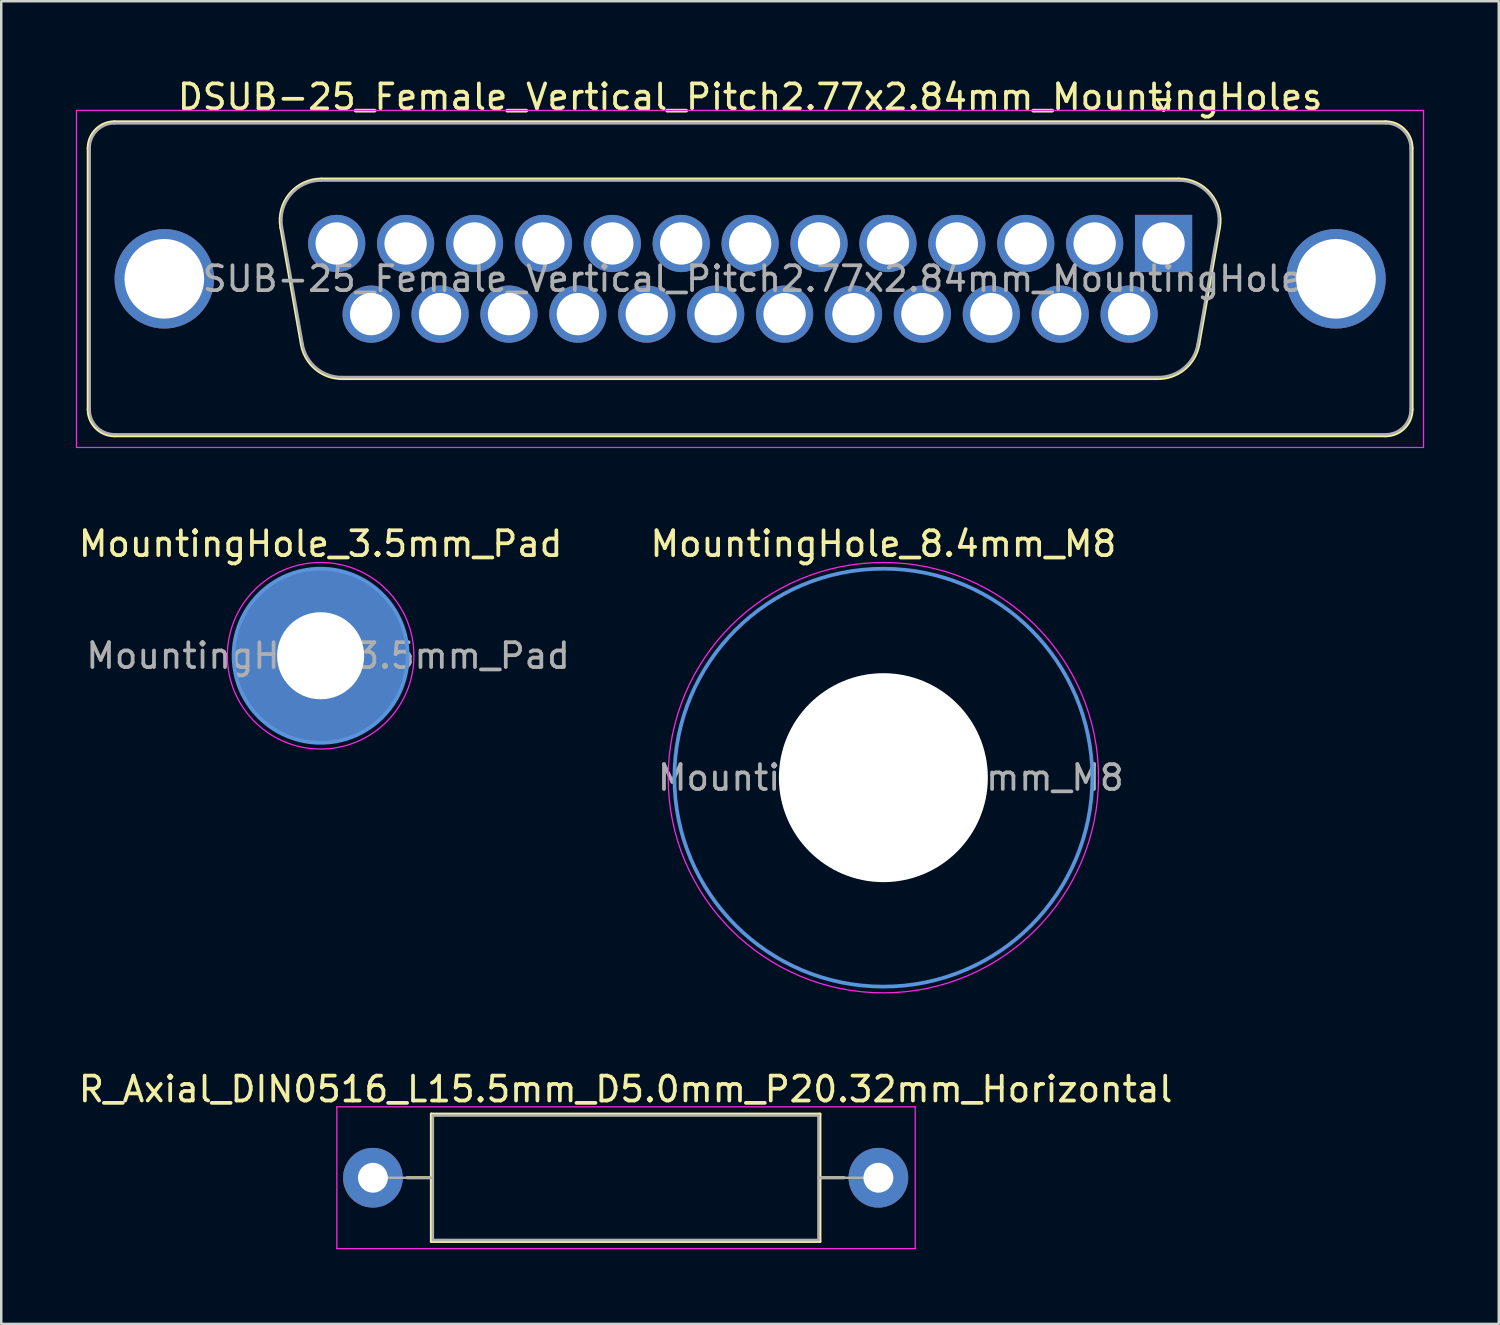
<source format=kicad_pcb>
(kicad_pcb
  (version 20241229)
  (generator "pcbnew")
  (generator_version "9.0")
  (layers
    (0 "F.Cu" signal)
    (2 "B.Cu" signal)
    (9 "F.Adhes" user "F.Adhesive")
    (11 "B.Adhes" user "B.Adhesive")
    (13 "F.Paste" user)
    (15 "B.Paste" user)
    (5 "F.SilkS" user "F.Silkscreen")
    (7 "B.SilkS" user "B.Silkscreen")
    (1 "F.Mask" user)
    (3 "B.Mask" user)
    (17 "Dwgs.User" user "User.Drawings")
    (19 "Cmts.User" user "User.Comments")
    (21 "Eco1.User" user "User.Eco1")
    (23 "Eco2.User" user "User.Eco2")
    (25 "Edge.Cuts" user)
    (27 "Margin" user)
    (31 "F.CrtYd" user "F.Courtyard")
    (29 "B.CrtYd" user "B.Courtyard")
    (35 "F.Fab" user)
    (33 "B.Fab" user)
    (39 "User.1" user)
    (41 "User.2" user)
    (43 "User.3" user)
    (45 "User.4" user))
  (footprint "MountingHole_8.4mm_M8"
    (layer "F.Cu")
    (at 32.461 28.212)
    (property "Reference" "MountingHole_8.4mm_M8" (at 0 -9.4 0) (layer "F.SilkS") (effects (font (size 1 1) (thickness 0.15))))
    (attr exclude_from_pos_files exclude_from_bom)
    (fp_circle (center 0 0) (end 8.4 0) (stroke (width 0.15) (type solid)) (fill no) (layer "Cmts.User"))
    (fp_circle (center 0 0) (end 8.65 0) (stroke (width 0.05) (type solid)) (fill no) (layer "F.CrtYd"))
    (fp_text user "${REFERENCE}" (at 0.3 0 0) (layer "F.Fab") (effects (font (size 1 1) (thickness 0.15))))
    (pad "" np_thru_hole circle (at 0 0) (size 8.4 8.4) (drill 8.4) (layers "*.Cu" "*.Mask")))
  (footprint "R_Axial_DIN0516_L15.5mm_D5.0mm_P20.32mm_Horizontal"
    (layer "F.Cu")
    (at 11.941 44.295)
    (property "Reference" "R_Axial_DIN0516_L15.5mm_D5.0mm_P20.32mm_Horizontal" (at 10.16 -3.56 0) (layer "F.SilkS") (effects (font (size 1 1) (thickness 0.15))))
    (attr through_hole)
    (fp_line (start 1.38 0) (end 2.35 0) (stroke (width 0.12) (type solid)) (layer "F.SilkS"))
    (fp_line (start 2.35 -2.56) (end 2.35 2.56) (stroke (width 0.12) (type solid)) (layer "F.SilkS"))
    (fp_line (start 2.35 2.56) (end 17.97 2.56) (stroke (width 0.12) (type solid)) (layer "F.SilkS"))
    (fp_line (start 17.97 -2.56) (end 2.35 -2.56) (stroke (width 0.12) (type solid)) (layer "F.SilkS"))
    (fp_line (start 17.97 2.56) (end 17.97 -2.56) (stroke (width 0.12) (type solid)) (layer "F.SilkS"))
    (fp_line (start 18.94 0) (end 17.97 0) (stroke (width 0.12) (type solid)) (layer "F.SilkS"))
    (fp_line (start -1.45 -2.85) (end -1.45 2.85) (stroke (width 0.05) (type solid)) (layer "F.CrtYd"))
    (fp_line (start -1.45 2.85) (end 21.8 2.85) (stroke (width 0.05) (type solid)) (layer "F.CrtYd"))
    (fp_line (start 21.8 -2.85) (end -1.45 -2.85) (stroke (width 0.05) (type solid)) (layer "F.CrtYd"))
    (fp_line (start 21.8 2.85) (end 21.8 -2.85) (stroke (width 0.05) (type solid)) (layer "F.CrtYd"))
    (fp_line (start 0 0) (end 2.41 0) (stroke (width 0.1) (type solid)) (layer "F.Fab"))
    (fp_line (start 2.41 -2.5) (end 2.41 2.5) (stroke (width 0.1) (type solid)) (layer "F.Fab"))
    (fp_line (start 2.41 2.5) (end 17.91 2.5) (stroke (width 0.1) (type solid)) (layer "F.Fab"))
    (fp_line (start 17.91 -2.5) (end 2.41 -2.5) (stroke (width 0.1) (type solid)) (layer "F.Fab"))
    (fp_line (start 17.91 2.5) (end 17.91 -2.5) (stroke (width 0.1) (type solid)) (layer "F.Fab"))
    (fp_line (start 20.32 0) (end 17.91 0) (stroke (width 0.1) (type solid)) (layer "F.Fab"))
    (pad "1" thru_hole circle (at 0 0) (size 2.4 2.4) (drill 1.2) (layers "*.Cu" "*.Mask"))
    (pad "2" thru_hole oval (at 20.32 0) (size 2.4 2.4) (drill 1.2) (layers "*.Cu" "*.Mask")))
  (footprint "MountingHole_3.5mm_Pad"
    (layer "F.Cu")
    (at 9.839 23.311)
    (property "Reference" "MountingHole_3.5mm_Pad" (at 0 -4.5 0) (layer "F.SilkS") (effects (font (size 1 1) (thickness 0.15))))
    (attr exclude_from_pos_files exclude_from_bom)
    (fp_circle (center 0 0) (end 3.5 0) (stroke (width 0.15) (type solid)) (fill no) (layer "Cmts.User"))
    (fp_circle (center 0 0) (end 3.75 0) (stroke (width 0.05) (type solid)) (fill no) (layer "F.CrtYd"))
    (fp_text user "${REFERENCE}" (at 0.3 0 0) (layer "F.Fab") (effects (font (size 1 1) (thickness 0.15))))
    (pad "1" thru_hole circle (at 0 0) (size 7 7) (drill 3.5) (layers "*.Cu" "*.Mask")))
  (footprint "DSUB-25_Female_Vertical_Pitch2.77x2.84mm_MountingHoles"
    (layer "F.Cu")
    (at 43.725 6.738)
    (property "Reference" "DSUB-25_Female_Vertical_Pitch2.77x2.84mm_MountingHoles" (at -16.62 -5.89 0) (layer "F.SilkS") (effects (font (size 1 1) (thickness 0.15))))
    (attr through_hole)
    (fp_line (start -43.23 6.67) (end -43.23 -3.83) (stroke (width 0.12) (type solid)) (layer "F.SilkS"))
    (fp_line (start -42.17 -4.89) (end 8.93 -4.89) (stroke (width 0.12) (type solid)) (layer "F.SilkS"))
    (fp_line (start -35.486 -0.642) (end -34.658 4.058) (stroke (width 0.12) (type solid)) (layer "F.SilkS"))
    (fp_line (start -33.852 -2.59) (end 0.612 -2.59) (stroke (width 0.12) (type solid)) (layer "F.SilkS"))
    (fp_line (start -33.023 5.43) (end -0.217 5.43) (stroke (width 0.12) (type solid)) (layer "F.SilkS"))
    (fp_line (start -0.25 -5.784) (end 0.25 -5.784) (stroke (width 0.12) (type solid)) (layer "F.SilkS"))
    (fp_line (start 0 -5.351) (end -0.25 -5.784) (stroke (width 0.12) (type solid)) (layer "F.SilkS"))
    (fp_line (start 0.25 -5.784) (end 0 -5.351) (stroke (width 0.12) (type solid)) (layer "F.SilkS"))
    (fp_line (start 2.246 -0.642) (end 1.418 4.058) (stroke (width 0.12) (type solid)) (layer "F.SilkS"))
    (fp_line (start 8.93 7.73) (end -42.17 7.73) (stroke (width 0.12) (type solid)) (layer "F.SilkS"))
    (fp_line (start 9.99 -3.83) (end 9.99 6.67) (stroke (width 0.12) (type solid)) (layer "F.SilkS"))
    (fp_arc (start -43.23 -3.83) (mid -42.919533 -4.579533) (end -42.17 -4.89) (stroke (width 0.12) (type solid)) (layer "F.SilkS"))
    (fp_arc (start -42.17 7.73) (mid -42.919533 7.419533) (end -43.23 6.67) (stroke (width 0.12) (type solid)) (layer "F.SilkS"))
    (fp_arc (start -35.48647 -0.641744) (mid -35.123323 -1.997028) (end -33.851689 -2.59) (stroke (width 0.12) (type solid)) (layer "F.SilkS"))
    (fp_arc (start -33.022952 5.43) (mid -34.089979 5.041634) (end -34.657733 4.058256) (stroke (width 0.12) (type solid)) (layer "F.SilkS"))
    (fp_arc (start 0.611689 -2.59) (mid 1.883323 -1.997027) (end 2.24647 -0.641744) (stroke (width 0.12) (type solid)) (layer "F.SilkS"))
    (fp_arc (start 1.417733 4.058256) (mid 0.84998 5.041634) (end -0.217048 5.43) (stroke (width 0.12) (type solid)) (layer "F.SilkS"))
    (fp_arc (start 8.93 -4.89) (mid 9.679533 -4.579533) (end 9.99 -3.83) (stroke (width 0.12) (type solid)) (layer "F.SilkS"))
    (fp_arc (start 9.99 6.67) (mid 9.679533 7.419533) (end 8.93 7.73) (stroke (width 0.12) (type solid)) (layer "F.SilkS"))
    (fp_line (start -43.7 -5.35) (end -43.7 8.2) (stroke (width 0.05) (type solid)) (layer "F.CrtYd"))
    (fp_line (start -43.7 8.2) (end 10.45 8.2) (stroke (width 0.05) (type solid)) (layer "F.CrtYd"))
    (fp_line (start 10.45 -5.35) (end -43.7 -5.35) (stroke (width 0.05) (type solid)) (layer "F.CrtYd"))
    (fp_line (start 10.45 8.2) (end 10.45 -5.35) (stroke (width 0.05) (type solid)) (layer "F.CrtYd"))
    (fp_line (start -43.17 6.67) (end -43.17 -3.83) (stroke (width 0.1) (type solid)) (layer "F.Fab"))
    (fp_line (start -42.17 -4.83) (end 8.93 -4.83) (stroke (width 0.1) (type solid)) (layer "F.Fab"))
    (fp_line (start -35.439 -0.652) (end -34.61 4.048) (stroke (width 0.1) (type solid)) (layer "F.Fab"))
    (fp_line (start -33.863 -2.53) (end 0.623 -2.53) (stroke (width 0.1) (type solid)) (layer "F.Fab"))
    (fp_line (start -33.034 5.37) (end -0.206 5.37) (stroke (width 0.1) (type solid)) (layer "F.Fab"))
    (fp_line (start 2.199 -0.652) (end 1.37 4.048) (stroke (width 0.1) (type solid)) (layer "F.Fab"))
    (fp_line (start 8.93 7.67) (end -42.17 7.67) (stroke (width 0.1) (type solid)) (layer "F.Fab"))
    (fp_line (start 9.93 -3.83) (end 9.93 6.67) (stroke (width 0.1) (type solid)) (layer "F.Fab"))
    (fp_arc (start -43.17 -3.83) (mid -42.877107 -4.537107) (end -42.17 -4.83) (stroke (width 0.1) (type solid)) (layer "F.Fab"))
    (fp_arc (start -42.17 7.67) (mid -42.877107 7.377107) (end -43.17 6.67) (stroke (width 0.1) (type solid)) (layer "F.Fab"))
    (fp_arc (start -35.438886 -0.652163) (mid -35.088865 -1.95846) (end -33.863194 -2.53) (stroke (width 0.1) (type solid)) (layer "F.Fab"))
    (fp_arc (start -33.034457 5.37) (mid -34.062917 4.995671) (end -34.610149 4.047837) (stroke (width 0.1) (type solid)) (layer "F.Fab"))
    (fp_arc (start 0.623194 -2.53) (mid 1.848865 -1.95846) (end 2.198886 -0.652163) (stroke (width 0.1) (type solid)) (layer "F.Fab"))
    (fp_arc (start 1.370149 4.047837) (mid 0.822917 4.995671) (end -0.205543 5.37) (stroke (width 0.1) (type solid)) (layer "F.Fab"))
    (fp_arc (start 8.93 -4.83) (mid 9.637107 -4.537107) (end 9.93 -3.83) (stroke (width 0.1) (type solid)) (layer "F.Fab"))
    (fp_arc (start 9.93 6.67) (mid 9.637107 7.377107) (end 8.93 7.67) (stroke (width 0.1) (type solid)) (layer "F.Fab"))
    (fp_text user "${REFERENCE}" (at -16.62 1.42 0) (layer "F.Fab") (effects (font (size 1 1) (thickness 0.15))))
    (pad "0" thru_hole circle (at -40.17 1.42) (size 4 4) (drill 3.2) (layers "*.Cu" "*.Mask"))
    (pad "0" thru_hole circle (at 6.93 1.42) (size 4 4) (drill 3.2) (layers "*.Cu" "*.Mask"))
    (pad "1" thru_hole rect (at 0 0) (size 2.3 2.3) (drill 1.7) (layers "*.Cu" "*.Mask"))
    (pad "2" thru_hole circle (at -2.77 0) (size 2.3 2.3) (drill 1.7) (layers "*.Cu" "*.Mask"))
    (pad "3" thru_hole circle (at -5.54 0) (size 2.3 2.3) (drill 1.7) (layers "*.Cu" "*.Mask"))
    (pad "4" thru_hole circle (at -8.31 0) (size 2.3 2.3) (drill 1.7) (layers "*.Cu" "*.Mask"))
    (pad "5" thru_hole circle (at -11.08 0) (size 2.3 2.3) (drill 1.7) (layers "*.Cu" "*.Mask"))
    (pad "6" thru_hole circle (at -13.85 0) (size 2.3 2.3) (drill 1.7) (layers "*.Cu" "*.Mask"))
    (pad "7" thru_hole circle (at -16.62 0) (size 2.3 2.3) (drill 1.7) (layers "*.Cu" "*.Mask"))
    (pad "8" thru_hole circle (at -19.39 0) (size 2.3 2.3) (drill 1.7) (layers "*.Cu" "*.Mask"))
    (pad "9" thru_hole circle (at -22.16 0) (size 2.3 2.3) (drill 1.7) (layers "*.Cu" "*.Mask"))
    (pad "10" thru_hole circle (at -24.93 0) (size 2.3 2.3) (drill 1.7) (layers "*.Cu" "*.Mask"))
    (pad "11" thru_hole circle (at -27.7 0) (size 2.3 2.3) (drill 1.7) (layers "*.Cu" "*.Mask"))
    (pad "12" thru_hole circle (at -30.47 0) (size 2.3 2.3) (drill 1.7) (layers "*.Cu" "*.Mask"))
    (pad "13" thru_hole circle (at -33.24 0) (size 2.3 2.3) (drill 1.7) (layers "*.Cu" "*.Mask"))
    (pad "14" thru_hole circle (at -1.385 2.84) (size 2.3 2.3) (drill 1.7) (layers "*.Cu" "*.Mask"))
    (pad "15" thru_hole circle (at -4.155 2.84) (size 2.3 2.3) (drill 1.7) (layers "*.Cu" "*.Mask"))
    (pad "16" thru_hole circle (at -6.925 2.84) (size 2.3 2.3) (drill 1.7) (layers "*.Cu" "*.Mask"))
    (pad "17" thru_hole circle (at -9.695 2.84) (size 2.3 2.3) (drill 1.7) (layers "*.Cu" "*.Mask"))
    (pad "18" thru_hole circle (at -12.465 2.84) (size 2.3 2.3) (drill 1.7) (layers "*.Cu" "*.Mask"))
    (pad "19" thru_hole circle (at -15.235 2.84) (size 2.3 2.3) (drill 1.7) (layers "*.Cu" "*.Mask"))
    (pad "20" thru_hole circle (at -18.005 2.84) (size 2.3 2.3) (drill 1.7) (layers "*.Cu" "*.Mask"))
    (pad "21" thru_hole circle (at -20.775 2.84) (size 2.3 2.3) (drill 1.7) (layers "*.Cu" "*.Mask"))
    (pad "22" thru_hole circle (at -23.545 2.84) (size 2.3 2.3) (drill 1.7) (layers "*.Cu" "*.Mask"))
    (pad "23" thru_hole circle (at -26.315 2.84) (size 2.3 2.3) (drill 1.7) (layers "*.Cu" "*.Mask"))
    (pad "24" thru_hole circle (at -29.085 2.84) (size 2.3 2.3) (drill 1.7) (layers "*.Cu" "*.Mask"))
    (pad "25" thru_hole circle (at -31.855 2.84) (size 2.3 2.3) (drill 1.7) (layers "*.Cu" "*.Mask")))
  (gr_rect
    (start -3 -3)
    (end 57.2 50.17)
    (stroke (width 0.1) (type default))
    (fill no)
    (layer "Edge.Cuts")))
</source>
